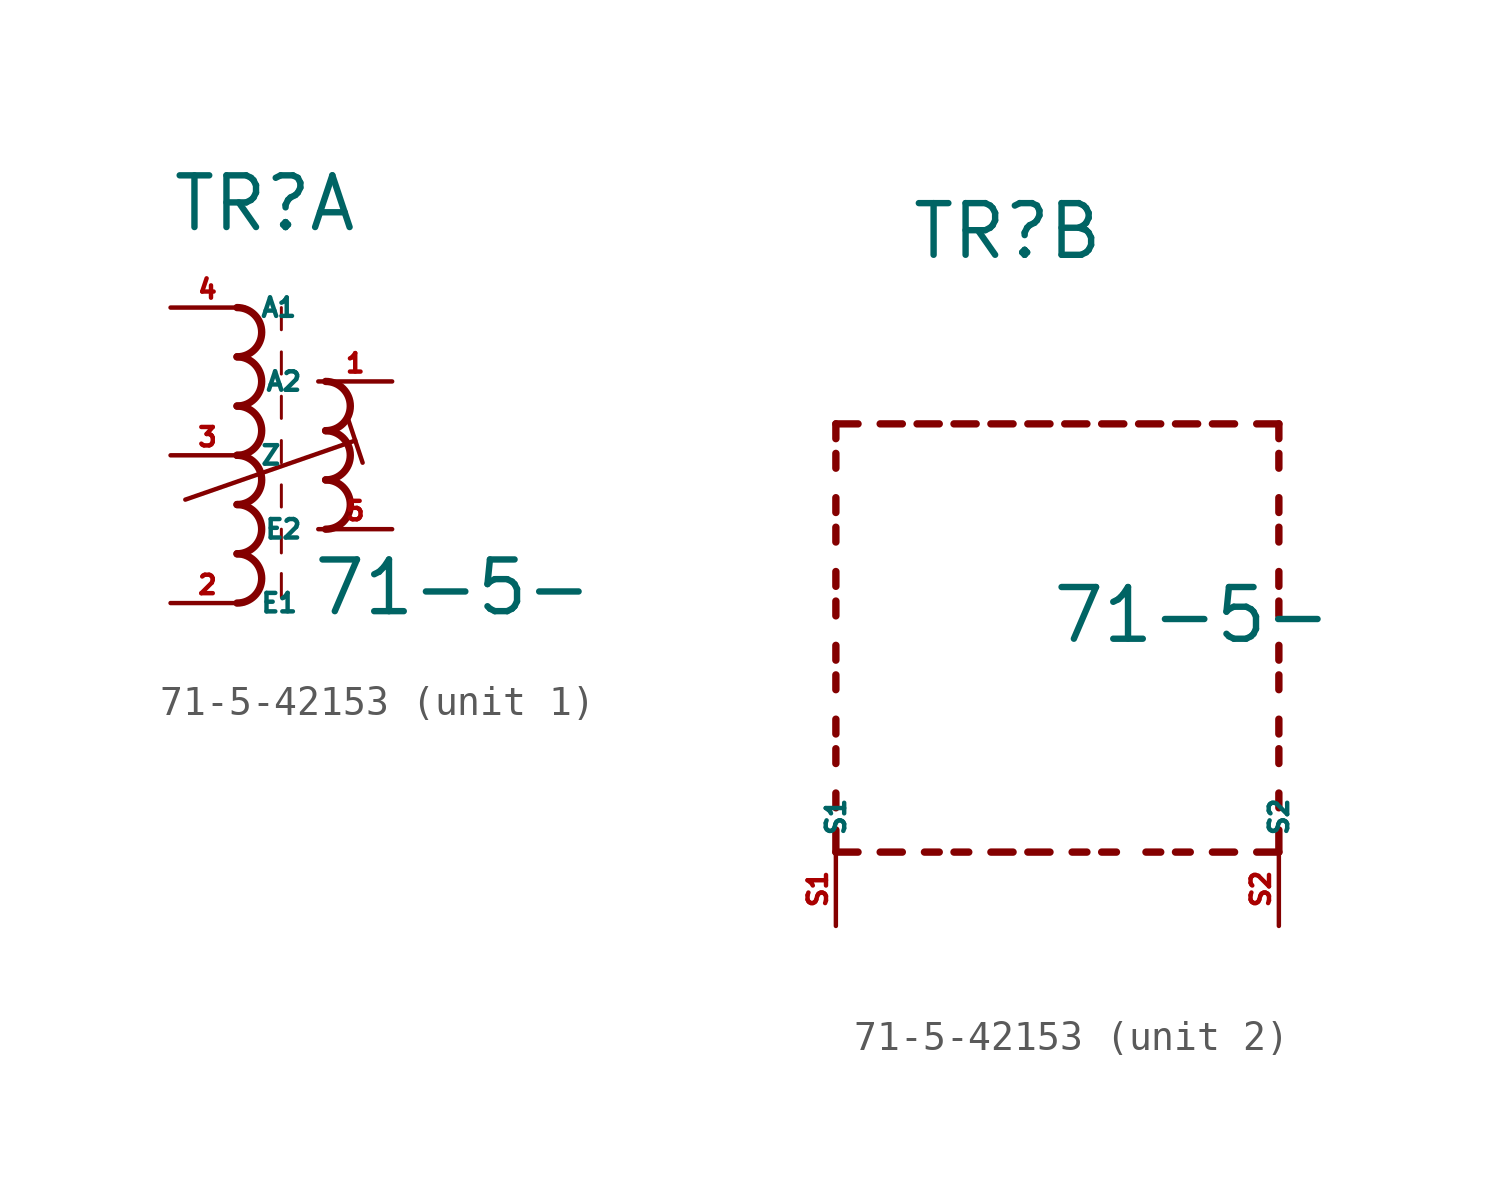
<source format=kicad_sym>
(kicad_symbol_lib
  (version 20220914)
  (generator kicad_symbol_editor)
  (symbol "71-5-42153"
    (property "Reference" "TR"
      (at -2.54 7.62 0)
      (effects (font (size 1.778 1.778) (thickness 0.22)) (justify left bottom)))
    (property "Value" "71-5-"
      (at 2.286 -5.588 0)
      (effects (font (size 1.778 1.778) (thickness 0.22)) (justify left bottom)))
    (symbol "71-5-42153_1_0"
      (arc (start -0.2534 -5.08) (mid 0.593 -4.2333) (end -0.2534 -3.3866) (stroke (width 0.254) (type default)) (fill (type none)))
      (arc (start -0.2534 -3.3866) (mid 0.593 -2.5399) (end -0.2534 -1.6932) (stroke (width 0.254) (type default)) (fill (type none)))
      (arc (start -0.2534 -1.6934) (mid 0.593 -0.8467) (end -0.2534 0) (stroke (width 0.254) (type default)) (fill (type none)))
      (arc (start -0.2534 0) (mid 0.593 0.8467) (end -0.2534 1.6934) (stroke (width 0.254) (type default)) (fill (type none)))
      (arc (start -0.2532 1.6934) (mid 0.593 2.54) (end -0.2532 3.3866) (stroke (width 0.254) (type default)) (fill (type none)))
      (arc (start -0.2534 3.3866) (mid 0.593 4.2333) (end -0.2534 5.08) (stroke (width 0.254) (type default)) (fill (type none)))
      (polyline (pts (xy -2.032 -1.524) (xy 3.81 0.508)) (stroke (width 0.152) (type default)) (fill (type none)))
      (polyline (pts (xy 1.27 -4.064) (xy 1.27 -4.88)) (stroke (width 0.102) (type default)) (fill (type none)))
      (polyline (pts (xy 1.27 -2.54) (xy 1.27 -3.356)) (stroke (width 0.102) (type default)) (fill (type none)))
      (polyline (pts (xy 1.27 -1.016) (xy 1.27 -1.778)) (stroke (width 0.102) (type default)) (fill (type none)))
      (polyline (pts (xy 1.27 0.508) (xy 1.27 -0.254)) (stroke (width 0.102) (type default)) (fill (type none)))
      (polyline (pts (xy 1.27 2.032) (xy 1.27 1.27)) (stroke (width 0.102) (type default)) (fill (type none)))
      (polyline (pts (xy 1.27 3.556) (xy 1.27 2.794)) (stroke (width 0.102) (type default)) (fill (type none)))
      (polyline (pts (xy 1.27 5.08) (xy 1.27 4.318)) (stroke (width 0.102) (type default)) (fill (type none)))
      (polyline (pts (xy 3.556 1.27) (xy 4.064 -0.254)) (stroke (width 0.152) (type default)) (fill (type none)))
      (arc (start 2.794 -2.54) (mid 3.6404 -1.6933) (end 2.794 -0.8466) (stroke (width 0.254) (type default)) (fill (type none)))
      (arc (start 2.794 -0.8466) (mid 3.6402 0) (end 2.794 0.8466) (stroke (width 0.254) (type default)) (fill (type none)))
      (arc (start 2.794 0.8466) (mid 3.6404 1.6933) (end 2.794 2.54) (stroke (width 0.254) (type default)) (fill (type none)))
      (pin passive line (at 5.08 2.54 180) (length 2.54) (name "A2" (effects (font (size 0.635 0.635)))) (number "1" (effects (font (size 0.635 0.635)))))
      (pin passive line (at -2.54 -5.08 0) (length 2.54) (name "E1" (effects (font (size 0.635 0.635)))) (number "2" (effects (font (size 0.635 0.635)))))
      (pin passive line (at -2.54 0 0) (length 2.54) (name "Z" (effects (font (size 0.635 0.635)))) (number "3" (effects (font (size 0.635 0.635)))))
      (pin passive line (at -2.54 5.08 0) (length 2.54) (name "A1" (effects (font (size 0.635 0.635)))) (number "4" (effects (font (size 0.635 0.635)))))
      (pin passive line (at 5.08 -2.54 180) (length 2.54) (name "E2" (effects (font (size 0.635 0.635)))) (number "5" (effects (font (size 0.635 0.635))))))
    (symbol "71-5-42153_2_0"
      (polyline (pts (xy -5.08 -12.7) (xy -5.08 -11.938)) (stroke (width 0.254) (type default)) (fill (type none)))
      (polyline (pts (xy -5.08 -12.7) (xy -4.318 -12.7)) (stroke (width 0.254) (type default)) (fill (type none)))
      (polyline (pts (xy -5.08 -11.176) (xy -5.08 -10.668)) (stroke (width 0.254) (type default)) (fill (type none)))
      (polyline (pts (xy -5.08 -9.652) (xy -5.08 -9.144)) (stroke (width 0.254) (type default)) (fill (type none)))
      (polyline (pts (xy -5.08 -8.636) (xy -5.08 -8.128)) (stroke (width 0.254) (type default)) (fill (type none)))
      (polyline (pts (xy -5.08 -7.112) (xy -5.08 -6.604)) (stroke (width 0.254) (type default)) (fill (type none)))
      (polyline (pts (xy -5.08 -6.096) (xy -5.08 -5.588)) (stroke (width 0.254) (type default)) (fill (type none)))
      (polyline (pts (xy -5.08 -4.572) (xy -5.08 -4.064)) (stroke (width 0.254) (type default)) (fill (type none)))
      (polyline (pts (xy -5.08 -3.556) (xy -5.08 -3.048)) (stroke (width 0.254) (type default)) (fill (type none)))
      (polyline (pts (xy -5.08 -2.032) (xy -5.08 -1.524)) (stroke (width 0.254) (type default)) (fill (type none)))
      (polyline (pts (xy -5.08 -1.016) (xy -5.08 -0.508)) (stroke (width 0.254) (type default)) (fill (type none)))
      (polyline (pts (xy -5.08 0.508) (xy -5.08 1.016)) (stroke (width 0.254) (type default)) (fill (type none)))
      (polyline (pts (xy -5.08 1.524) (xy -5.08 2.032)) (stroke (width 0.254) (type default)) (fill (type none)))
      (polyline (pts (xy -5.08 2.032) (xy -4.318 2.032)) (stroke (width 0.254) (type default)) (fill (type none)))
      (polyline (pts (xy -3.556 -12.7) (xy -2.794 -12.7)) (stroke (width 0.254) (type default)) (fill (type none)))
      (polyline (pts (xy -3.556 2.032) (xy -2.794 2.032)) (stroke (width 0.254) (type default)) (fill (type none)))
      (polyline (pts (xy -1.524 -12.7) (xy -2.032 -12.7)) (stroke (width 0.254) (type default)) (fill (type none)))
      (polyline (pts (xy -1.524 2.032) (xy -2.286 2.032)) (stroke (width 0.254) (type default)) (fill (type none)))
      (polyline (pts (xy -1.016 2.032) (xy -0.254 2.032)) (stroke (width 0.254) (type default)) (fill (type none)))
      (polyline (pts (xy -0.508 -12.7) (xy -1.016 -12.7)) (stroke (width 0.254) (type default)) (fill (type none)))
      (polyline (pts (xy 1.016 -12.7) (xy 0.254 -12.7)) (stroke (width 0.254) (type default)) (fill (type none)))
      (polyline (pts (xy 1.016 2.032) (xy 0.254 2.032)) (stroke (width 0.254) (type default)) (fill (type none)))
      (polyline (pts (xy 1.524 -12.7) (xy 2.286 -12.7)) (stroke (width 0.254) (type default)) (fill (type none)))
      (polyline (pts (xy 1.524 2.032) (xy 2.286 2.032)) (stroke (width 0.254) (type default)) (fill (type none)))
      (polyline (pts (xy 3.556 -12.7) (xy 3.048 -12.7)) (stroke (width 0.254) (type default)) (fill (type none)))
      (polyline (pts (xy 3.556 2.032) (xy 2.794 2.032)) (stroke (width 0.254) (type default)) (fill (type none)))
      (polyline (pts (xy 4.064 2.032) (xy 4.826 2.032)) (stroke (width 0.254) (type default)) (fill (type none)))
      (polyline (pts (xy 4.572 -12.7) (xy 4.064 -12.7)) (stroke (width 0.254) (type default)) (fill (type none)))
      (polyline (pts (xy 6.096 -12.7) (xy 5.588 -12.7)) (stroke (width 0.254) (type default)) (fill (type none)))
      (polyline (pts (xy 6.096 2.032) (xy 5.334 2.032)) (stroke (width 0.254) (type default)) (fill (type none)))
      (polyline (pts (xy 6.604 2.032) (xy 7.366 2.032)) (stroke (width 0.254) (type default)) (fill (type none)))
      (polyline (pts (xy 7.112 -12.7) (xy 6.604 -12.7)) (stroke (width 0.254) (type default)) (fill (type none)))
      (polyline (pts (xy 8.636 -12.7) (xy 7.874 -12.7)) (stroke (width 0.254) (type default)) (fill (type none)))
      (polyline (pts (xy 8.636 2.032) (xy 7.874 2.032)) (stroke (width 0.254) (type default)) (fill (type none)))
      (polyline (pts (xy 10.16 -12.7) (xy 9.398 -12.7)) (stroke (width 0.254) (type default)) (fill (type none)))
      (polyline (pts (xy 10.16 -12.7) (xy 10.16 -11.938)) (stroke (width 0.254) (type default)) (fill (type none)))
      (polyline (pts (xy 10.16 -11.176) (xy 10.16 -10.668)) (stroke (width 0.254) (type default)) (fill (type none)))
      (polyline (pts (xy 10.16 -9.652) (xy 10.16 -9.144)) (stroke (width 0.254) (type default)) (fill (type none)))
      (polyline (pts (xy 10.16 -8.636) (xy 10.16 -8.128)) (stroke (width 0.254) (type default)) (fill (type none)))
      (polyline (pts (xy 10.16 -7.112) (xy 10.16 -6.604)) (stroke (width 0.254) (type default)) (fill (type none)))
      (polyline (pts (xy 10.16 -6.096) (xy 10.16 -5.588)) (stroke (width 0.254) (type default)) (fill (type none)))
      (polyline (pts (xy 10.16 -4.572) (xy 10.16 -4.064)) (stroke (width 0.254) (type default)) (fill (type none)))
      (polyline (pts (xy 10.16 -3.556) (xy 10.16 -3.048)) (stroke (width 0.254) (type default)) (fill (type none)))
      (polyline (pts (xy 10.16 -2.032) (xy 10.16 -1.524)) (stroke (width 0.254) (type default)) (fill (type none)))
      (polyline (pts (xy 10.16 -1.016) (xy 10.16 -0.508)) (stroke (width 0.254) (type default)) (fill (type none)))
      (polyline (pts (xy 10.16 0.508) (xy 10.16 1.016)) (stroke (width 0.254) (type default)) (fill (type none)))
      (polyline (pts (xy 10.16 1.524) (xy 10.16 2.032)) (stroke (width 0.254) (type default)) (fill (type none)))
      (polyline (pts (xy 10.16 2.032) (xy 9.398 2.032)) (stroke (width 0.254) (type default)) (fill (type none)))
      (pin passive line (at -5.08 -15.24 90) (length 2.54) (name "S1" (effects (font (size 0.635 0.635)))) (number "S1" (effects (font (size 0.635 0.635)))))
      (pin passive line (at 10.16 -15.24 90) (length 2.54) (name "S2" (effects (font (size 0.635 0.635)))) (number "S2" (effects (font (size 0.635 0.635))))))))
</source>
